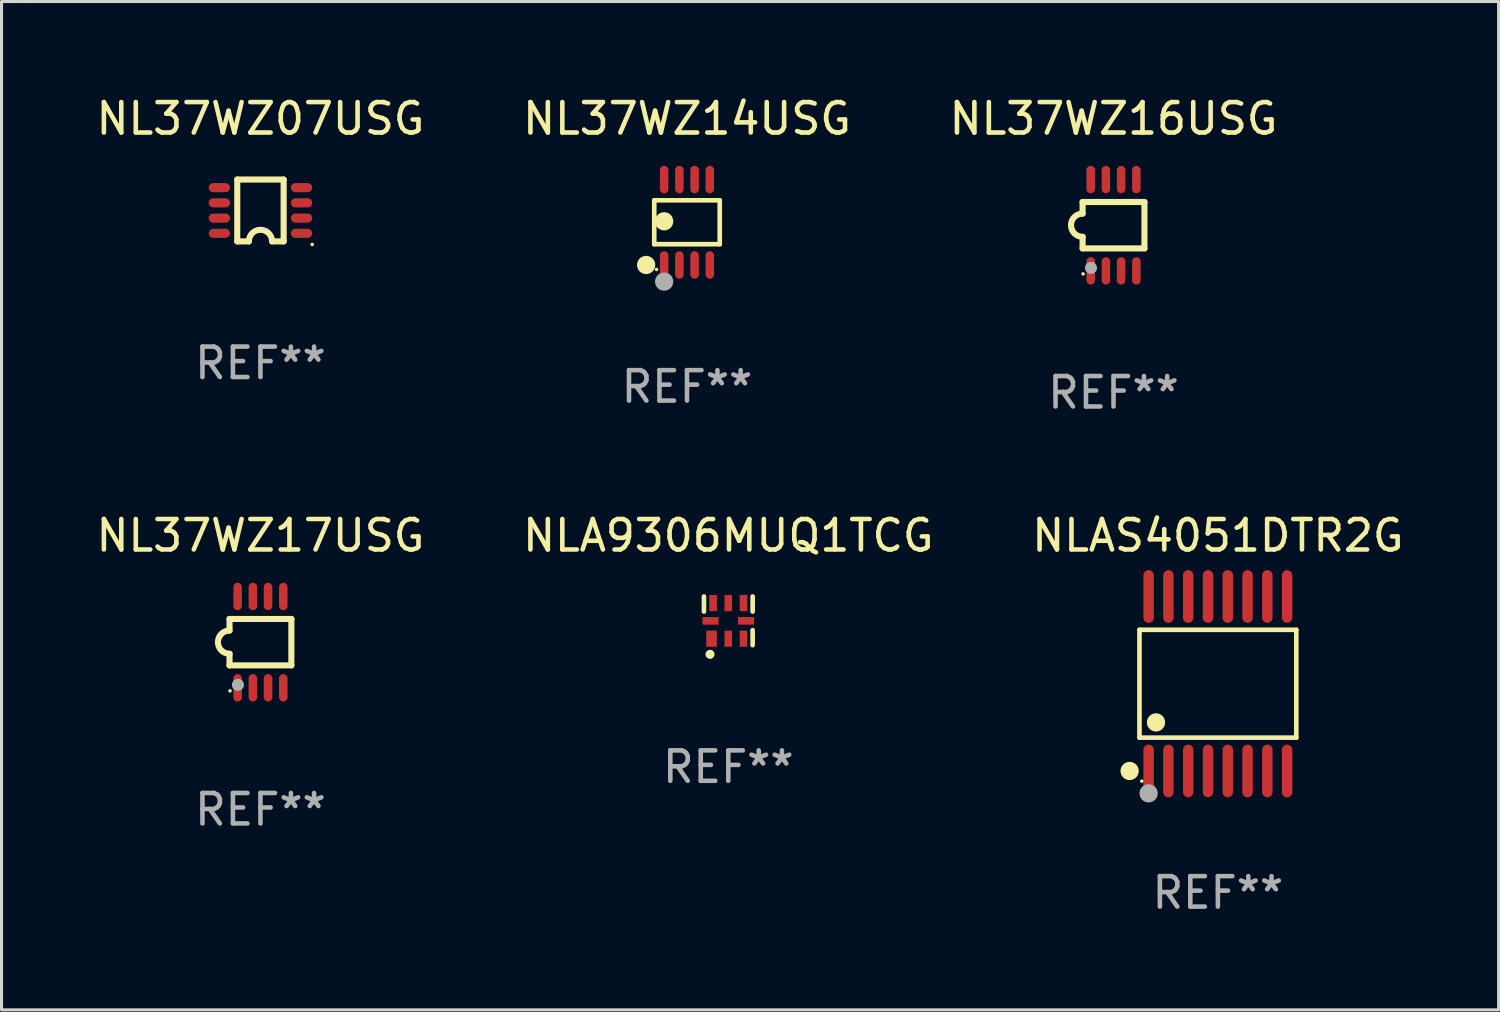
<source format=kicad_pcb>
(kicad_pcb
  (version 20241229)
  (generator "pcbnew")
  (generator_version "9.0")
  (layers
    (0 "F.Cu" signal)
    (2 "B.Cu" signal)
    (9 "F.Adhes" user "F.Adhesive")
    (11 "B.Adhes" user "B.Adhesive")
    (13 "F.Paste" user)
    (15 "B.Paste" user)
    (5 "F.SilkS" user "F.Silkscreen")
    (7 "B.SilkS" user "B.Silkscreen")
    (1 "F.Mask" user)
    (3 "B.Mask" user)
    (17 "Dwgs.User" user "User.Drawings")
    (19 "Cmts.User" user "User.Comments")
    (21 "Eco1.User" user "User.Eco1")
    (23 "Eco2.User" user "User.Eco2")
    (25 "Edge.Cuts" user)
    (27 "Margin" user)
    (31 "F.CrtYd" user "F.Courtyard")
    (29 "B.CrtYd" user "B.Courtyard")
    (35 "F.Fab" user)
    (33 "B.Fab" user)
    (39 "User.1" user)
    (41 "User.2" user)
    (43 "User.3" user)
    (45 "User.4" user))
  (footprint "NLAS4051DTR2G"
    (layer "F.Cu")
    (at 36.958 19.411)
    (property "Reference" "NLAS4051DTR2G" (at 0 -4.866 0) (layer "F.SilkS") (effects (font (size 1 1) (thickness 0.15))))
    (attr through_hole)
    (fp_line (start -2.576 -1.772) (end 2.576 -1.772) (stroke (width 0.152) (type solid)) (layer "F.SilkS"))
    (fp_line (start -2.576 1.771) (end -2.576 -1.772) (stroke (width 0.152) (type solid)) (layer "F.SilkS"))
    (fp_line (start 2.576 -1.772) (end 2.576 1.771) (stroke (width 0.152) (type solid)) (layer "F.SilkS"))
    (fp_line (start 2.576 1.771) (end -2.576 1.771) (stroke (width 0.152) (type solid)) (layer "F.SilkS"))
    (fp_circle (center -2.899 2.866) (end -2.749 2.866) (stroke (width 0.3) (type solid)) (fill no) (layer "F.SilkS"))
    (fp_circle (center -2.5 3.2) (end -2.47 3.2) (stroke (width 0.06) (type solid)) (fill no) (layer "F.SilkS"))
    (fp_circle (center -2.032 1.27) (end -1.882 1.27) (stroke (width 0.3) (type solid)) (fill no) (layer "F.SilkS"))
    (fp_circle (center -2.275 3.6) (end -2.125 3.6) (stroke (width 0.3) (type solid)) (fill no) (layer "F.Fab"))
    (fp_text user "REF**" (at 0 6.866 0) (layer "F.Fab") (effects (font (size 1 1) (thickness 0.15))))
    (pad "1" smd oval (at -2.275 2.866) (size 0.343 1.731) (layers "F.Cu" "F.Mask" "F.Paste"))
    (pad "2" smd oval (at -1.625 2.866) (size 0.343 1.731) (layers "F.Cu" "F.Mask" "F.Paste"))
    (pad "3" smd oval (at -0.975 2.866) (size 0.343 1.731) (layers "F.Cu" "F.Mask" "F.Paste"))
    (pad "4" smd oval (at -0.325 2.866) (size 0.343 1.731) (layers "F.Cu" "F.Mask" "F.Paste"))
    (pad "5" smd oval (at 0.325 2.866) (size 0.343 1.731) (layers "F.Cu" "F.Mask" "F.Paste"))
    (pad "6" smd oval (at 0.975 2.866) (size 0.343 1.731) (layers "F.Cu" "F.Mask" "F.Paste"))
    (pad "7" smd oval (at 1.625 2.866) (size 0.343 1.731) (layers "F.Cu" "F.Mask" "F.Paste"))
    (pad "8" smd oval (at 2.275 2.866) (size 0.343 1.731) (layers "F.Cu" "F.Mask" "F.Paste"))
    (pad "9" smd oval (at 2.275 -2.866) (size 0.343 1.731) (layers "F.Cu" "F.Mask" "F.Paste"))
    (pad "10" smd oval (at 1.625 -2.866) (size 0.343 1.731) (layers "F.Cu" "F.Mask" "F.Paste"))
    (pad "11" smd oval (at 0.975 -2.866) (size 0.343 1.731) (layers "F.Cu" "F.Mask" "F.Paste"))
    (pad "12" smd oval (at 0.325 -2.866) (size 0.343 1.731) (layers "F.Cu" "F.Mask" "F.Paste"))
    (pad "13" smd oval (at -0.325 -2.866) (size 0.343 1.731) (layers "F.Cu" "F.Mask" "F.Paste"))
    (pad "14" smd oval (at -0.975 -2.866) (size 0.343 1.731) (layers "F.Cu" "F.Mask" "F.Paste"))
    (pad "15" smd oval (at -1.625 -2.866) (size 0.343 1.731) (layers "F.Cu" "F.Mask" "F.Paste"))
    (pad "16" smd oval (at -2.275 -2.866) (size 0.343 1.731) (layers "F.Cu" "F.Mask" "F.Paste")))
  (footprint "NL37WZ07USG"
    (layer "F.Cu")
    (at 5.506 3.864)
    (property "Reference" "NL37WZ07USG" (at 0 -3.016 0) (layer "F.SilkS") (effects (font (size 1 1) (thickness 0.15))))
    (attr through_hole)
    (fp_line (start -0.762 -1.016) (end 0.762 -1.016) (stroke (width 0.2) (type solid)) (layer "F.SilkS"))
    (fp_line (start -0.762 1.016) (end -0.762 -1.016) (stroke (width 0.2) (type solid)) (layer "F.SilkS"))
    (fp_line (start -0.381 1.016) (end -0.762 1.016) (stroke (width 0.2) (type solid)) (layer "F.SilkS"))
    (fp_line (start 0.762 -1.016) (end 0.762 1.016) (stroke (width 0.2) (type solid)) (layer "F.SilkS"))
    (fp_line (start 0.762 1.016) (end 0.381 1.016) (stroke (width 0.2) (type solid)) (layer "F.SilkS"))
    (fp_arc (start -0.381051 1.015977) (mid -0.000025 0.635281) (end 0.381001 1.015977) (stroke (width 0.2) (type solid)) (layer "F.SilkS"))
    (fp_circle (center 1.7 1.116) (end 1.73 1.116) (stroke (width 0.06) (type solid)) (fill no) (layer "F.SilkS"))
    (fp_text user "REF**" (at 0 5.016 0) (layer "F.Fab") (effects (font (size 1 1) (thickness 0.15))))
    (pad "1" smd oval (at 1.35 0.75 90) (size 0.3 0.7) (layers "F.Cu" "F.Mask" "F.Paste"))
    (pad "2" smd oval (at 1.35 0.25 90) (size 0.3 0.7) (layers "F.Cu" "F.Mask" "F.Paste"))
    (pad "3" smd oval (at 1.35 -0.25 90) (size 0.3 0.7) (layers "F.Cu" "F.Mask" "F.Paste"))
    (pad "4" smd oval (at 1.35 -0.75 90) (size 0.3 0.7) (layers "F.Cu" "F.Mask" "F.Paste"))
    (pad "5" smd oval (at -1.35 -0.75 90) (size 0.3 0.7) (layers "F.Cu" "F.Mask" "F.Paste"))
    (pad "6" smd oval (at -1.35 -0.25 90) (size 0.3 0.7) (layers "F.Cu" "F.Mask" "F.Paste"))
    (pad "7" smd oval (at -1.35 0.25 90) (size 0.3 0.7) (layers "F.Cu" "F.Mask" "F.Paste"))
    (pad "8" smd oval (at -1.35 0.75 90) (size 0.3 0.7) (layers "F.Cu" "F.Mask" "F.Paste")))
  (footprint "NLA9306MUQ1TCG"
    (layer "F.Cu")
    (at 20.875 17.345)
    (property "Reference" "NLA9306MUQ1TCG" (at 0 -2.8 0) (layer "F.SilkS") (effects (font (size 1 1) (thickness 0.15))))
    (attr through_hole)
    (fp_line (start -0.8 -0.305) (end -0.8 -0.8) (stroke (width 0.152) (type solid)) (layer "F.SilkS"))
    (fp_line (start 0.8 -0.8) (end 0.8 -0.305) (stroke (width 0.152) (type solid)) (layer "F.SilkS"))
    (fp_line (start 0.8 0.305) (end 0.8 0.8) (stroke (width 0.152) (type solid)) (layer "F.SilkS"))
    (fp_circle (center -0.6 1.1) (end -0.525 1.1) (stroke (width 0.15) (type solid)) (fill no) (layer "F.SilkS"))
    (fp_text user "REF**" (at 0 4.8 0) (layer "F.Fab") (effects (font (size 1 1) (thickness 0.15))))
    (pad "1" smd rect (at -0.55 0.585 90) (size 0.53 0.35) (layers "F.Cu" "F.Mask" "F.Paste"))
    (pad "2" smd rect (at 0 0.585 90) (size 0.53 0.25) (layers "F.Cu" "F.Mask" "F.Paste"))
    (pad "3" smd rect (at 0.5 0.585 90) (size 0.53 0.25) (layers "F.Cu" "F.Mask" "F.Paste"))
    (pad "4" smd rect (at 0.585 0 90) (size 0.25 0.53) (layers "F.Cu" "F.Mask" "F.Paste"))
    (pad "5" smd rect (at 0.5 -0.585 90) (size 0.53 0.25) (layers "F.Cu" "F.Mask" "F.Paste"))
    (pad "6" smd rect (at 0 -0.585 90) (size 0.53 0.25) (layers "F.Cu" "F.Mask" "F.Paste"))
    (pad "7" smd rect (at -0.5 -0.585 90) (size 0.53 0.25) (layers "F.Cu" "F.Mask" "F.Paste"))
    (pad "8" smd rect (at -0.585 0 90) (size 0.25 0.53) (layers "F.Cu" "F.Mask" "F.Paste")))
  (footprint "NL37WZ16USG"
    (layer "F.Cu")
    (at 33.53 4.348)
    (property "Reference" "NL37WZ16USG" (at 0 -3.5 0) (layer "F.SilkS") (effects (font (size 1 1) (thickness 0.15))))
    (attr through_hole)
    (fp_line (start -1.016 -0.762) (end 1.016 -0.762) (stroke (width 0.2) (type solid)) (layer "F.SilkS"))
    (fp_line (start -1.016 -0.381) (end -1.016 -0.762) (stroke (width 0.2) (type solid)) (layer "F.SilkS"))
    (fp_line (start -1.016 0.762) (end -1.016 0.381) (stroke (width 0.2) (type solid)) (layer "F.SilkS"))
    (fp_line (start 1.016 -0.762) (end 1.016 0.762) (stroke (width 0.2) (type solid)) (layer "F.SilkS"))
    (fp_line (start 1.016 0.762) (end -1.016 0.762) (stroke (width 0.2) (type solid)) (layer "F.SilkS"))
    (fp_arc (start -1.016002 0.381001) (mid -1.396698 -0.000025) (end -1.016002 -0.381051) (stroke (width 0.2) (type solid)) (layer "F.SilkS"))
    (fp_circle (center -1 1.6) (end -0.97 1.6) (stroke (width 0.06) (type solid)) (fill no) (layer "F.SilkS"))
    (fp_circle (center -0.74 1.402) (end -0.64 1.402) (stroke (width 0.2) (type solid)) (fill no) (layer "F.Fab"))
    (fp_text user "REF**" (at 0 5.5 0) (layer "F.Fab") (effects (font (size 1 1) (thickness 0.15))))
    (pad "1" smd oval (at -0.75 1.5) (size 0.28 0.9) (layers "F.Cu" "F.Mask" "F.Paste"))
    (pad "2" smd oval (at -0.25 1.5) (size 0.28 0.9) (layers "F.Cu" "F.Mask" "F.Paste"))
    (pad "3" smd oval (at 0.25 1.5) (size 0.28 0.9) (layers "F.Cu" "F.Mask" "F.Paste"))
    (pad "4" smd oval (at 0.75 1.5) (size 0.28 0.9) (layers "F.Cu" "F.Mask" "F.Paste"))
    (pad "5" smd oval (at 0.75 -1.5) (size 0.28 0.9) (layers "F.Cu" "F.Mask" "F.Paste"))
    (pad "6" smd oval (at 0.25 -1.5) (size 0.28 0.9) (layers "F.Cu" "F.Mask" "F.Paste"))
    (pad "7" smd oval (at -0.25 -1.5) (size 0.28 0.9) (layers "F.Cu" "F.Mask" "F.Paste"))
    (pad "8" smd oval (at -0.75 -1.5) (size 0.28 0.9) (layers "F.Cu" "F.Mask" "F.Paste")))
  (footprint "NL37WZ17USG"
    (layer "F.Cu")
    (at 5.506 18.045)
    (property "Reference" "NL37WZ17USG" (at 0 -3.5 0) (layer "F.SilkS") (effects (font (size 1 1) (thickness 0.15))))
    (attr through_hole)
    (fp_line (start -1.016 -0.762) (end 1.016 -0.762) (stroke (width 0.2) (type solid)) (layer "F.SilkS"))
    (fp_line (start -1.016 -0.381) (end -1.016 -0.762) (stroke (width 0.2) (type solid)) (layer "F.SilkS"))
    (fp_line (start -1.016 0.762) (end -1.016 0.381) (stroke (width 0.2) (type solid)) (layer "F.SilkS"))
    (fp_line (start 1.016 -0.762) (end 1.016 0.762) (stroke (width 0.2) (type solid)) (layer "F.SilkS"))
    (fp_line (start 1.016 0.762) (end -1.016 0.762) (stroke (width 0.2) (type solid)) (layer "F.SilkS"))
    (fp_arc (start -1.016002 0.381001) (mid -1.396698 -0.000025) (end -1.016002 -0.381051) (stroke (width 0.2) (type solid)) (layer "F.SilkS"))
    (fp_circle (center -1 1.6) (end -0.97 1.6) (stroke (width 0.06) (type solid)) (fill no) (layer "F.SilkS"))
    (fp_circle (center -0.74 1.402) (end -0.64 1.402) (stroke (width 0.2) (type solid)) (fill no) (layer "F.Fab"))
    (fp_text user "REF**" (at 0 5.5 0) (layer "F.Fab") (effects (font (size 1 1) (thickness 0.15))))
    (pad "1" smd oval (at -0.75 1.5) (size 0.28 0.9) (layers "F.Cu" "F.Mask" "F.Paste"))
    (pad "2" smd oval (at -0.25 1.5) (size 0.28 0.9) (layers "F.Cu" "F.Mask" "F.Paste"))
    (pad "3" smd oval (at 0.25 1.5) (size 0.28 0.9) (layers "F.Cu" "F.Mask" "F.Paste"))
    (pad "4" smd oval (at 0.75 1.5) (size 0.28 0.9) (layers "F.Cu" "F.Mask" "F.Paste"))
    (pad "5" smd oval (at 0.75 -1.5) (size 0.28 0.9) (layers "F.Cu" "F.Mask" "F.Paste"))
    (pad "6" smd oval (at 0.25 -1.5) (size 0.28 0.9) (layers "F.Cu" "F.Mask" "F.Paste"))
    (pad "7" smd oval (at -0.25 -1.5) (size 0.28 0.9) (layers "F.Cu" "F.Mask" "F.Paste"))
    (pad "8" smd oval (at -0.75 -1.5) (size 0.28 0.9) (layers "F.Cu" "F.Mask" "F.Paste")))
  (footprint "NL37WZ14USG"
    (layer "F.Cu")
    (at 19.518 4.251)
    (property "Reference" "NL37WZ14USG" (at 0 -3.403 0) (layer "F.SilkS") (effects (font (size 1 1) (thickness 0.15))))
    (attr through_hole)
    (fp_line (start -1.076 -0.721) (end 1.076 -0.721) (stroke (width 0.152) (type solid)) (layer "F.SilkS"))
    (fp_line (start -1.076 0.721) (end -1.076 -0.721) (stroke (width 0.152) (type solid)) (layer "F.SilkS"))
    (fp_line (start 1.076 -0.721) (end 1.076 0.721) (stroke (width 0.152) (type solid)) (layer "F.SilkS"))
    (fp_line (start 1.076 0.721) (end -1.076 0.721) (stroke (width 0.152) (type solid)) (layer "F.SilkS"))
    (fp_circle (center -1.342 1.403) (end -1.192 1.403) (stroke (width 0.3) (type solid)) (fill no) (layer "F.SilkS"))
    (fp_circle (center -1 1.55) (end -0.97 1.55) (stroke (width 0.06) (type solid)) (fill no) (layer "F.SilkS"))
    (fp_circle (center -0.75 -0.031) (end -0.6 -0.031) (stroke (width 0.3) (type solid)) (fill no) (layer "F.SilkS"))
    (fp_circle (center -0.75 1.95) (end -0.6 1.95) (stroke (width 0.3) (type solid)) (fill no) (layer "F.Fab"))
    (fp_text user "REF**" (at 0 5.403 0) (layer "F.Fab") (effects (font (size 1 1) (thickness 0.15))))
    (pad "1" smd oval (at -0.75 1.403) (size 0.28 0.905) (layers "F.Cu" "F.Mask" "F.Paste"))
    (pad "2" smd oval (at -0.25 1.403) (size 0.28 0.905) (layers "F.Cu" "F.Mask" "F.Paste"))
    (pad "3" smd oval (at 0.25 1.403) (size 0.28 0.905) (layers "F.Cu" "F.Mask" "F.Paste"))
    (pad "4" smd oval (at 0.75 1.403) (size 0.28 0.905) (layers "F.Cu" "F.Mask" "F.Paste"))
    (pad "5" smd oval (at 0.75 -1.403) (size 0.28 0.905) (layers "F.Cu" "F.Mask" "F.Paste"))
    (pad "6" smd oval (at 0.25 -1.403) (size 0.28 0.905) (layers "F.Cu" "F.Mask" "F.Paste"))
    (pad "7" smd oval (at -0.25 -1.403) (size 0.28 0.905) (layers "F.Cu" "F.Mask" "F.Paste"))
    (pad "8" smd oval (at -0.75 -1.403) (size 0.28 0.905) (layers "F.Cu" "F.Mask" "F.Paste")))
  (gr_rect
    (start -3 -3)
    (end 46.179 30.125)
    (stroke (width 0.1) (type default))
    (fill no)
    (layer "Edge.Cuts")))
</source>
